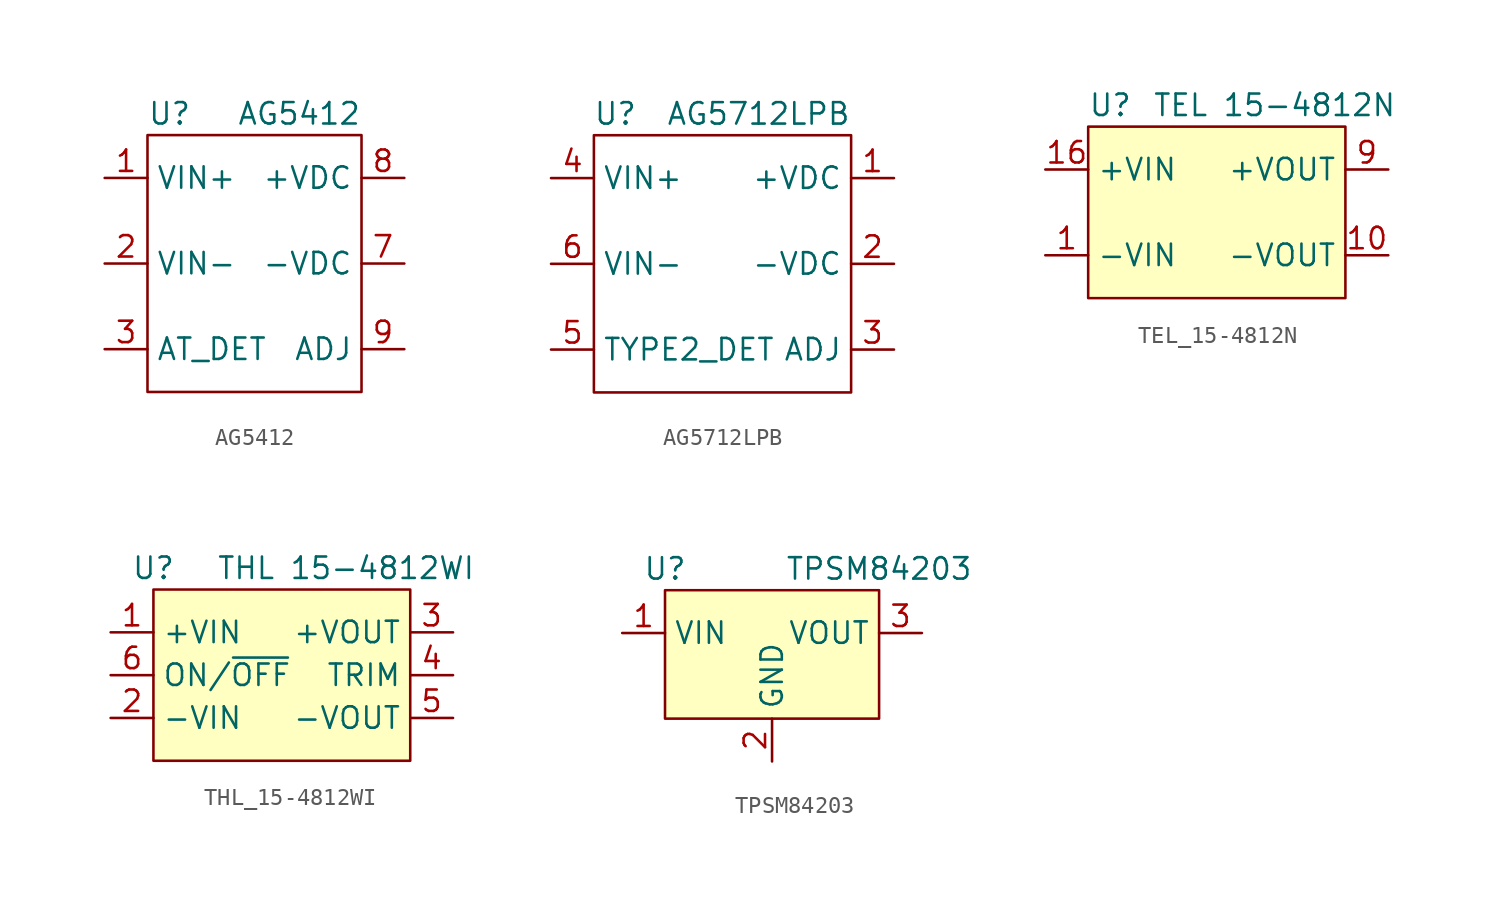
<source format=kicad_sym>
(kicad_symbol_lib
  (version 20220914)
  (generator kicad_symbol_editor)
  (symbol "AG5412"
    (property "Reference" "U"
      (at -6.35 8.89 0)
      (effects (font (size 1.27 1.27)) (justify left)))
    (property "Value" "AG5412"
      (at 6.35 8.89 0)
      (effects (font (size 1.27 1.27)) (justify right)))
    (symbol "AG5412_0_1"
      (rectangle (start -6.35 7.62) (end 6.35 -7.62) (stroke (width 0) (type default)) (fill (type none))))
    (symbol "AG5412_1_1"
      (pin power_in line (at -8.89 5.08 0) (length 2.54) (name "VIN+" (effects (font (size 1.27 1.27)))) (number "1" (effects (font (size 1.27 1.27)))))
      (pin passive line (at 8.89 0 180) (length 2.54) hide (name "-VDC" (effects (font (size 1.27 1.27)))) (number "10" (effects (font (size 1.27 1.27)))))
      (pin power_in line (at -8.89 0 0) (length 2.54) (name "VIN-" (effects (font (size 1.27 1.27)))) (number "2" (effects (font (size 1.27 1.27)))))
      (pin output line (at -8.89 -5.08 0) (length 2.54) (name "AT_DET" (effects (font (size 1.27 1.27)))) (number "3" (effects (font (size 1.27 1.27)))))
      (pin no_connect line (at -2.54 -7.62 90) (length 2.54) hide (name "NC" (effects (font (size 1.27 1.27)))) (number "4" (effects (font (size 1.27 1.27)))))
      (pin no_connect line (at 0 -7.62 90) (length 2.54) hide (name "NC" (effects (font (size 1.27 1.27)))) (number "5" (effects (font (size 1.27 1.27)))))
      (pin no_connect line (at 2.54 -7.62 90) (length 2.54) hide (name "NC" (effects (font (size 1.27 1.27)))) (number "6" (effects (font (size 1.27 1.27)))))
      (pin power_out line (at 8.89 0 180) (length 2.54) (name "-VDC" (effects (font (size 1.27 1.27)))) (number "7" (effects (font (size 1.27 1.27)))))
      (pin power_out line (at 8.89 5.08 180) (length 2.54) (name "+VDC" (effects (font (size 1.27 1.27)))) (number "8" (effects (font (size 1.27 1.27)))))
      (pin passive line (at 8.89 -5.08 180) (length 2.54) (name "ADJ" (effects (font (size 1.27 1.27)))) (number "9" (effects (font (size 1.27 1.27)))))))
  (symbol "AG5712LPB"
    (property "Reference" "U"
      (at -6.35 8.89 0)
      (effects (font (size 1.27 1.27))))
    (property "Value" "AG5712LPB"
      (at 7.62 8.89 0)
      (effects (font (size 1.27 1.27)) (justify right)))
    (symbol "AG5712LPB_0_1"
      (rectangle (start -7.62 7.62) (end 7.62 -7.62) (stroke (width 0) (type default)) (fill (type none))))
    (symbol "AG5712LPB_1_1"
      (pin power_out line (at 10.16 5.08 180) (length 2.54) (name "+VDC" (effects (font (size 1.27 1.27)))) (number "1" (effects (font (size 1.27 1.27)))))
      (pin power_out line (at 10.16 0 180) (length 2.54) (name "-VDC" (effects (font (size 1.27 1.27)))) (number "2" (effects (font (size 1.27 1.27)))))
      (pin passive line (at 10.16 -5.08 180) (length 2.54) (name "ADJ" (effects (font (size 1.27 1.27)))) (number "3" (effects (font (size 1.27 1.27)))))
      (pin power_in line (at -10.16 5.08 0) (length 2.54) (name "VIN+" (effects (font (size 1.27 1.27)))) (number "4" (effects (font (size 1.27 1.27)))))
      (pin output line (at -10.16 -5.08 0) (length 2.54) (name "TYPE2_DET" (effects (font (size 1.27 1.27)))) (number "5" (effects (font (size 1.27 1.27)))))
      (pin power_in line (at -10.16 0 0) (length 2.54) (name "VIN-" (effects (font (size 1.27 1.27)))) (number "6" (effects (font (size 1.27 1.27)))))))
  (symbol "TEL_15-4812N"
    (property "Reference" "U"
      (at -7.62 6.35 0)
      (effects (font (size 1.27 1.27)) (justify left)))
    (property "Value" "TEL 15-4812N"
      (at -3.81 6.35 0)
      (effects (font (size 1.27 1.27)) (justify left)))
    (symbol "TEL_15-4812N_1_1"
      (rectangle (start -7.62 5.08) (end 7.62 -5.08) (stroke (width 0) (type default)) (fill (type background)))
      (pin power_in line (at -10.16 -2.54 0) (length 2.54) (name "-VIN" (effects (font (size 1.27 1.27)))) (number "1" (effects (font (size 1.27 1.27)))))
      (pin power_out line (at 10.16 -2.54 180) (length 2.54) (name "-VOUT" (effects (font (size 1.27 1.27)))) (number "10" (effects (font (size 1.27 1.27)))))
      (pin power_in line (at -10.16 2.54 0) (length 2.54) (name "+VIN" (effects (font (size 1.27 1.27)))) (number "16" (effects (font (size 1.27 1.27)))))
      (pin no_connect line (at 7.62 0 180) (length 2.54) hide (name "NC" (effects (font (size 1.27 1.27)))) (number "8" (effects (font (size 1.27 1.27)))))
      (pin power_out line (at 10.16 2.54 180) (length 2.54) (name "+VOUT" (effects (font (size 1.27 1.27)))) (number "9" (effects (font (size 1.27 1.27)))))))
  (symbol "THL_15-4812WI"
    (property "Reference" "U"
      (at -7.62 6.35 0)
      (effects (font (size 1.27 1.27))))
    (property "Value" "THL 15-4812WI"
      (at 3.81 6.35 0)
      (effects (font (size 1.27 1.27))))
    (symbol "THL_15-4812WI_1_1"
      (rectangle (start -7.62 5.08) (end 7.62 -5.08) (stroke (width 0) (type default)) (fill (type background)))
      (pin power_in line (at -10.16 2.54 0) (length 2.54) (name "+VIN" (effects (font (size 1.27 1.27)))) (number "1" (effects (font (size 1.27 1.27)))))
      (pin power_in line (at -10.16 -2.54 0) (length 2.54) (name "-VIN" (effects (font (size 1.27 1.27)))) (number "2" (effects (font (size 1.27 1.27)))))
      (pin power_out line (at 10.16 2.54 180) (length 2.54) (name "+VOUT" (effects (font (size 1.27 1.27)))) (number "3" (effects (font (size 1.27 1.27)))))
      (pin passive line (at 10.16 0 180) (length 2.54) (name "TRIM" (effects (font (size 1.27 1.27)))) (number "4" (effects (font (size 1.27 1.27)))))
      (pin power_out line (at 10.16 -2.54 180) (length 2.54) (name "-VOUT" (effects (font (size 1.27 1.27)))) (number "5" (effects (font (size 1.27 1.27)))))
      (pin input line (at -10.16 0 0) (length 2.54) (name "ON/~{OFF}" (effects (font (size 1.27 1.27)))) (number "6" (effects (font (size 1.27 1.27)))))))
  (symbol "TPSM84203"
    (property "Reference" "U"
      (at -6.35 5.08 0)
      (effects (font (size 1.27 1.27))))
    (property "Value" "TPSM84203"
      (at 6.35 5.08 0)
      (effects (font (size 1.27 1.27))))
    (symbol "TPSM84203_1_1"
      (rectangle (start -6.35 3.81) (end 6.35 -3.81) (stroke (width 0) (type default)) (fill (type background)))
      (pin power_in line (at -8.89 1.27 0) (length 2.54) (name "VIN" (effects (font (size 1.27 1.27)))) (number "1" (effects (font (size 1.27 1.27)))))
      (pin power_in line (at 0 -6.35 90) (length 2.54) (name "GND" (effects (font (size 1.27 1.27)))) (number "2" (effects (font (size 1.27 1.27)))))
      (pin power_out line (at 8.89 1.27 180) (length 2.54) (name "VOUT" (effects (font (size 1.27 1.27)))) (number "3" (effects (font (size 1.27 1.27))))))))
</source>
